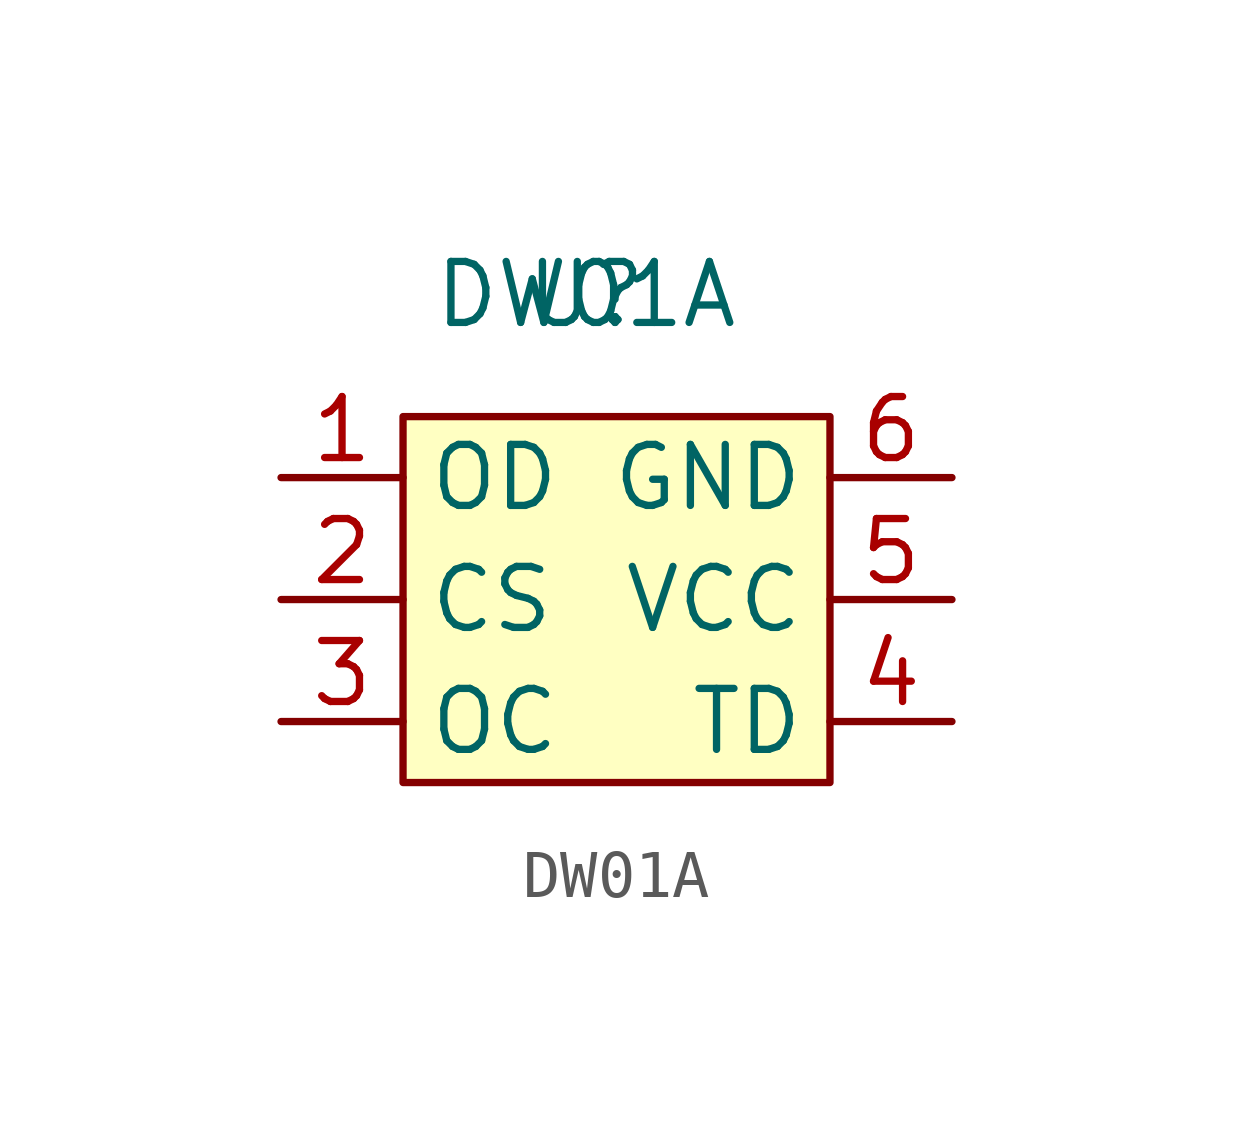
<source format=kicad_sym>
(kicad_symbol_lib
  (version 20241209)
  (generator "kicad_symbol_editor")
  (generator_version "9.0")
  (symbol "DW01A"
    (property "Reference" "U"
      (at 0 0 0)
      (effects (font (size 1.27 1.27))))
    (property "Value" "DW01A"
      (at 0 0 0)
      (effects (font (size 1.27 1.27))))
    (symbol "DW01A_1_1"
      (rectangle (start -3.81 -2.54) (end 5.08 -10.16) (stroke (width 0) (type default)) (fill (type background)))
      (pin output line (at -6.35 -3.81 0) (length 2.54) (name "OD" (effects (font (size 1.27 1.27)))) (number "1" (effects (font (size 1.27 1.27)))))
      (pin input line (at -6.35 -6.35 0) (length 2.54) (name "CS" (effects (font (size 1.27 1.27)))) (number "2" (effects (font (size 1.27 1.27)))))
      (pin output line (at -6.35 -8.89 0) (length 2.54) (name "OC" (effects (font (size 1.27 1.27)))) (number "3" (effects (font (size 1.27 1.27)))))
      (pin power_in line (at 7.62 -3.81 180) (length 2.54) (name "GND" (effects (font (size 1.27 1.27)))) (number "6" (effects (font (size 1.27 1.27)))))
      (pin power_in line (at 7.62 -6.35 180) (length 2.54) (name "VCC" (effects (font (size 1.27 1.27)))) (number "5" (effects (font (size 1.27 1.27)))))
      (pin input line (at 7.62 -8.89 180) (length 2.54) (name "TD" (effects (font (size 1.27 1.27)))) (number "4" (effects (font (size 1.27 1.27))))))))
</source>
